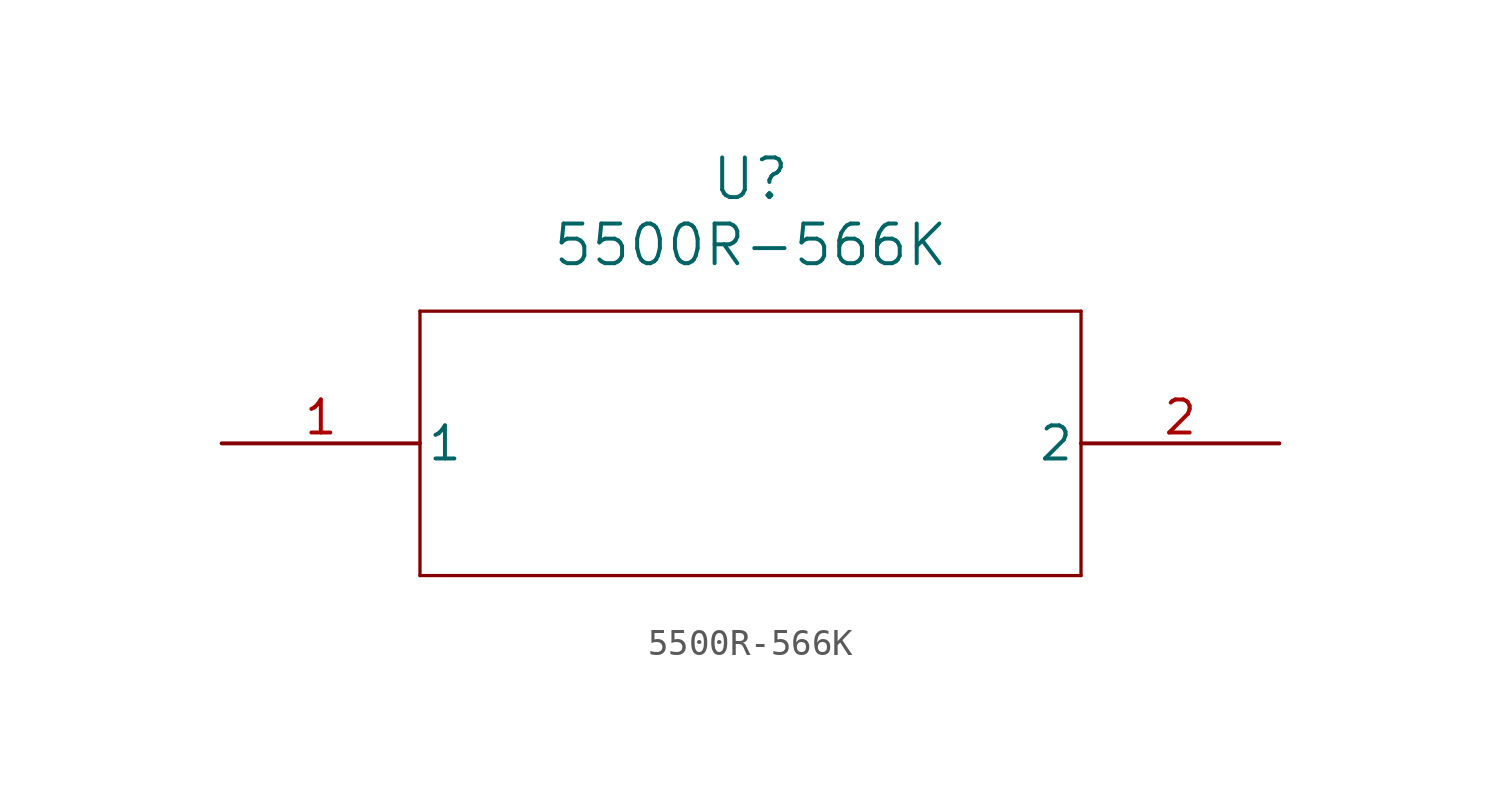
<source format=kicad_sym>
(kicad_symbol_lib
  (version 20211014)
  (generator kicad_symbol_editor)
  (symbol "5500R-566K"
    (pin_names
      (offset 0.254))
    (property "Reference" "U"
      (at 20.32 10.16 0)
      (effects (font (size 1.524 1.524))))
    (property "Value" "5500R-566K"
      (at 20.32 7.62 0)
      (effects (font (size 1.524 1.524))))
    (symbol "5500R-566K_0_1"
      (polyline (pts (xy 7.62 5.08) (xy 7.62 -5.08)) (stroke (width 0.127) (type default) (color 0 0 0 0)) (fill (type none)))
      (polyline (pts (xy 7.62 -5.08) (xy 33.02 -5.08)) (stroke (width 0.127) (type default) (color 0 0 0 0)) (fill (type none)))
      (polyline (pts (xy 33.02 -5.08) (xy 33.02 5.08)) (stroke (width 0.127) (type default) (color 0 0 0 0)) (fill (type none)))
      (polyline (pts (xy 33.02 5.08) (xy 7.62 5.08)) (stroke (width 0.127) (type default) (color 0 0 0 0)) (fill (type none)))
      (pin unspecified line (at 0 0 0) (length 7.62) (name "1" (effects (font (size 1.27 1.27)))) (number "1" (effects (font (size 1.27 1.27)))))
      (pin unspecified line (at 40.64 0 180) (length 7.62) (name "2" (effects (font (size 1.27 1.27)))) (number "2" (effects (font (size 1.27 1.27))))))))
</source>
